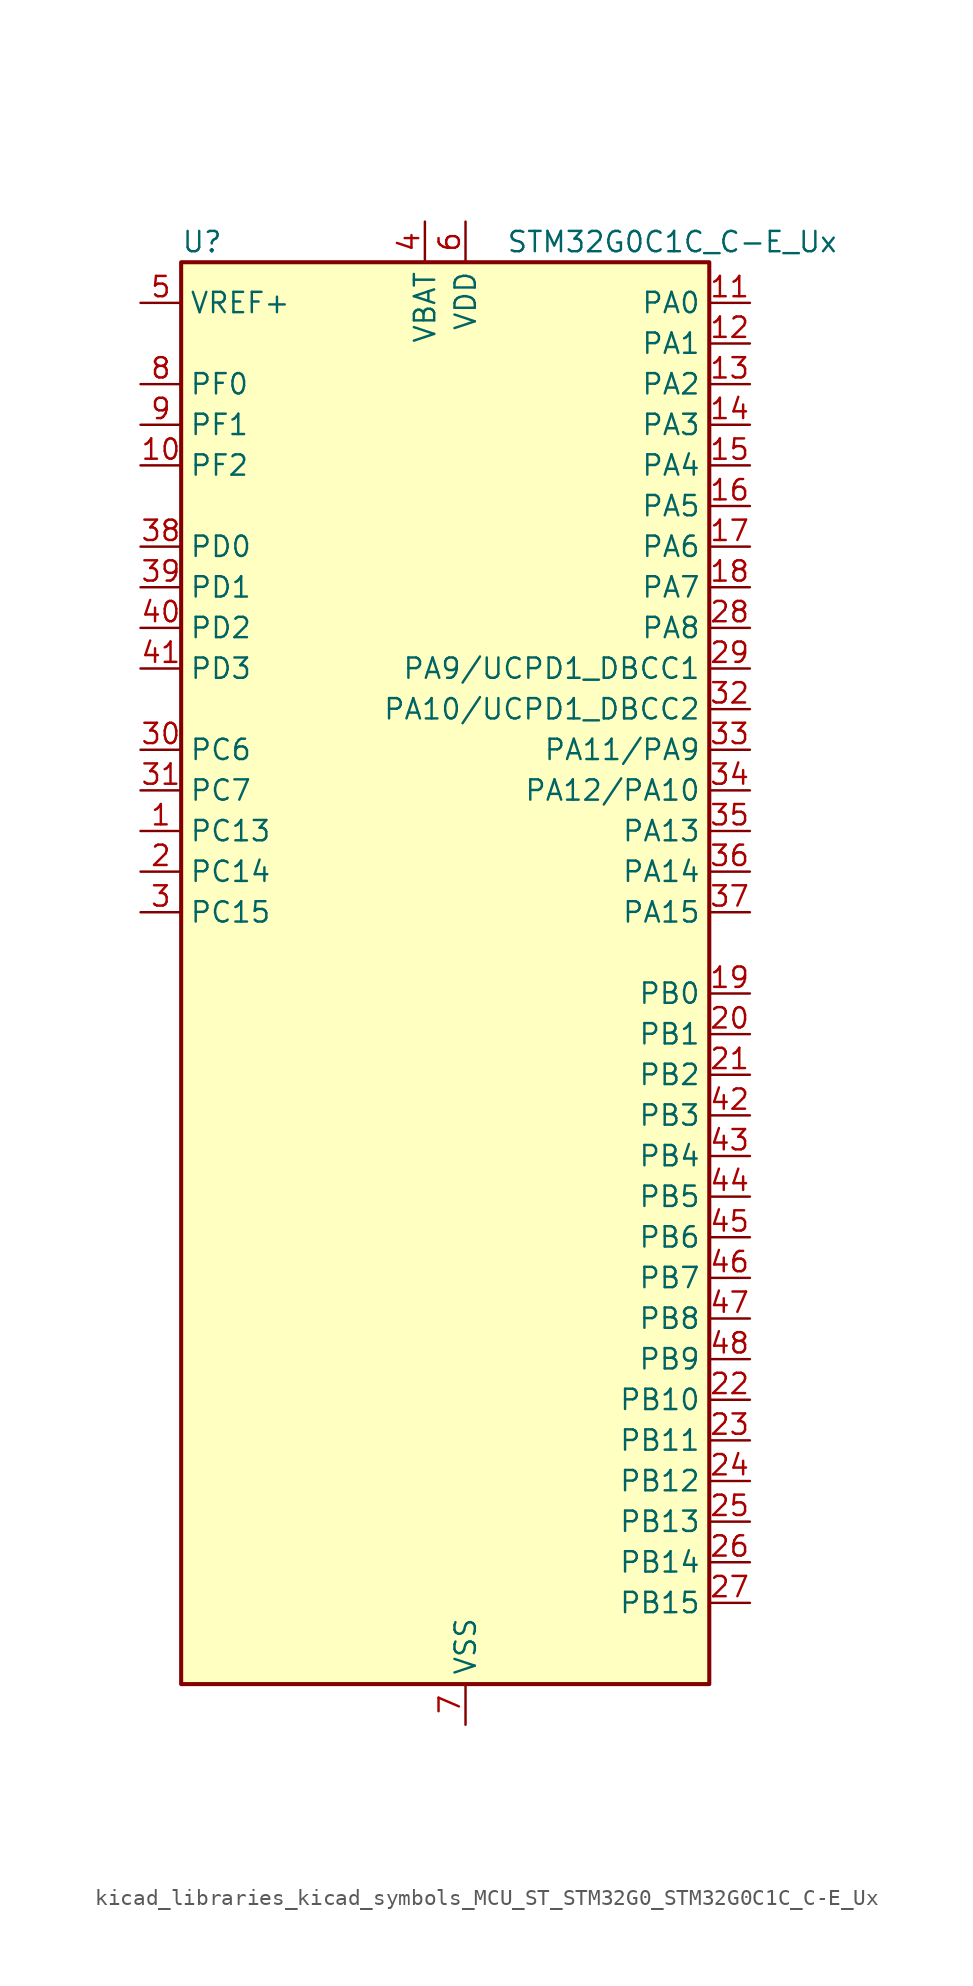
<source format=kicad_sym>
(kicad_symbol_lib
  (version 20220914)
  (generator kicad_symbol_editor)
  (symbol "kicad_libraries_kicad_symbols_MCU_ST_STM32G0_STM32G0C1C_C-E_Ux"
    (property "Reference" "U"
      (at -15.24 46.99 0)
      (effects (font (size 1.27 1.27)) (justify left)))
    (property "Value" "STM32G0C1C_C-E_Ux"
      (at 5.08 46.99 0)
      (effects (font (size 1.27 1.27)) (justify left)))
    (property "ki_locked" ""
      (at 0 0 0)
      (effects (font (size 1.27 1.27))))
    (symbol "kicad_libraries_kicad_symbols_MCU_ST_STM32G0_STM32G0C1C_C-E_Ux_0_1"
      (rectangle (start -15.24 -43.18) (end 17.78 45.72) (stroke (width 0.254) (type default)) (fill (type background))))
    (symbol "kicad_libraries_kicad_symbols_MCU_ST_STM32G0_STM32G0C1C_C-E_Ux_1_1"
      (pin bidirectional line (at -17.78 10.16 0) (length 2.54) (name "PC13" (effects (font (size 1.27 1.27)))) (number "1" (effects (font (size 1.27 1.27)))) (alternate "RTC_OUT1" bidirectional line) (alternate "RTC_TAMP_IN1" bidirectional line) (alternate "RTC_TS" bidirectional line) (alternate "SYS_WKUP2" bidirectional line) (alternate "TIM1_BK" bidirectional line))
      (pin bidirectional line (at -17.78 33.02 0) (length 2.54) (name "PF2" (effects (font (size 1.27 1.27)))) (number "10" (effects (font (size 1.27 1.27)))) (alternate "LPUART2_DE" bidirectional line) (alternate "LPUART2_RTS" bidirectional line) (alternate "LPUART2_TX" bidirectional line) (alternate "RCC_MCO" bidirectional line))
      (pin bidirectional line (at 20.32 43.18 180) (length 2.54) (name "PA0" (effects (font (size 1.27 1.27)))) (number "11" (effects (font (size 1.27 1.27)))) (alternate "ADC1_IN0" bidirectional line) (alternate "COMP1_INM" bidirectional line) (alternate "COMP1_OUT" bidirectional line) (alternate "I2S2_CK" bidirectional line) (alternate "LPTIM1_OUT" bidirectional line) (alternate "RTC_TAMP_IN2" bidirectional line) (alternate "SPI2_SCK" bidirectional line) (alternate "SYS_WKUP1" bidirectional line) (alternate "TIM2_CH1" bidirectional line) (alternate "TIM2_ETR" bidirectional line) (alternate "UCPD2_FRSTX1" bidirectional line) (alternate "UCPD2_FRSTX2" bidirectional line) (alternate "USART2_CTS" bidirectional line) (alternate "USART2_NSS" bidirectional line) (alternate "USART4_TX" bidirectional line))
      (pin bidirectional line (at 20.32 40.64 180) (length 2.54) (name "PA1" (effects (font (size 1.27 1.27)))) (number "12" (effects (font (size 1.27 1.27)))) (alternate "ADC1_IN1" bidirectional line) (alternate "COMP1_INP" bidirectional line) (alternate "I2C1_SMBA" bidirectional line) (alternate "I2S1_CK" bidirectional line) (alternate "SPI1_SCK" bidirectional line) (alternate "TIM15_CH1N" bidirectional line) (alternate "TIM2_CH2" bidirectional line) (alternate "USART2_CK" bidirectional line) (alternate "USART2_DE" bidirectional line) (alternate "USART2_RTS" bidirectional line) (alternate "USART4_RX" bidirectional line))
      (pin bidirectional line (at 20.32 38.1 180) (length 2.54) (name "PA2" (effects (font (size 1.27 1.27)))) (number "13" (effects (font (size 1.27 1.27)))) (alternate "ADC1_IN2" bidirectional line) (alternate "COMP2_INM" bidirectional line) (alternate "COMP2_OUT" bidirectional line) (alternate "I2S1_SD" bidirectional line) (alternate "LPUART1_TX" bidirectional line) (alternate "RCC_LSCO" bidirectional line) (alternate "SPI1_MOSI" bidirectional line) (alternate "SYS_WKUP4" bidirectional line) (alternate "TIM15_CH1" bidirectional line) (alternate "TIM2_CH3" bidirectional line) (alternate "UCPD1_FRSTX1" bidirectional line) (alternate "UCPD1_FRSTX2" bidirectional line) (alternate "USART2_TX" bidirectional line))
      (pin bidirectional line (at 20.32 35.56 180) (length 2.54) (name "PA3" (effects (font (size 1.27 1.27)))) (number "14" (effects (font (size 1.27 1.27)))) (alternate "ADC1_IN3" bidirectional line) (alternate "COMP2_INP" bidirectional line) (alternate "I2S2_MCK" bidirectional line) (alternate "LPUART1_RX" bidirectional line) (alternate "SPI2_MISO" bidirectional line) (alternate "TIM15_CH2" bidirectional line) (alternate "TIM2_CH4" bidirectional line) (alternate "UCPD2_FRSTX1" bidirectional line) (alternate "UCPD2_FRSTX2" bidirectional line) (alternate "USART2_RX" bidirectional line))
      (pin bidirectional line (at 20.32 33.02 180) (length 2.54) (name "PA4" (effects (font (size 1.27 1.27)))) (number "15" (effects (font (size 1.27 1.27)))) (alternate "ADC1_IN4" bidirectional line) (alternate "DAC1_OUT1" bidirectional line) (alternate "I2S1_WS" bidirectional line) (alternate "I2S2_SD" bidirectional line) (alternate "LPTIM2_OUT" bidirectional line) (alternate "RTC_OUT2" bidirectional line) (alternate "SPI1_NSS" bidirectional line) (alternate "SPI2_MOSI" bidirectional line) (alternate "SPI3_NSS" bidirectional line) (alternate "TIM14_CH1" bidirectional line) (alternate "UCPD2_FRSTX1" bidirectional line) (alternate "UCPD2_FRSTX2" bidirectional line) (alternate "USART6_TX" bidirectional line) (alternate "USB_NOE" bidirectional line))
      (pin bidirectional line (at 20.32 30.48 180) (length 2.54) (name "PA5" (effects (font (size 1.27 1.27)))) (number "16" (effects (font (size 1.27 1.27)))) (alternate "ADC1_IN5" bidirectional line) (alternate "CEC" bidirectional line) (alternate "DAC1_OUT2" bidirectional line) (alternate "I2S1_CK" bidirectional line) (alternate "LPTIM2_ETR" bidirectional line) (alternate "SPI1_SCK" bidirectional line) (alternate "TIM2_CH1" bidirectional line) (alternate "TIM2_ETR" bidirectional line) (alternate "UCPD1_FRSTX1" bidirectional line) (alternate "UCPD1_FRSTX2" bidirectional line) (alternate "USART3_TX" bidirectional line) (alternate "USART6_RX" bidirectional line))
      (pin bidirectional line (at 20.32 27.94 180) (length 2.54) (name "PA6" (effects (font (size 1.27 1.27)))) (number "17" (effects (font (size 1.27 1.27)))) (alternate "ADC1_IN6" bidirectional line) (alternate "COMP1_OUT" bidirectional line) (alternate "I2C2_SDA" bidirectional line) (alternate "I2C3_SDA" bidirectional line) (alternate "I2S1_MCK" bidirectional line) (alternate "LPUART1_CTS" bidirectional line) (alternate "SPI1_MISO" bidirectional line) (alternate "TIM16_CH1" bidirectional line) (alternate "TIM1_BK" bidirectional line) (alternate "TIM3_CH1" bidirectional line) (alternate "USART3_CTS" bidirectional line) (alternate "USART3_NSS" bidirectional line) (alternate "USART6_CTS" bidirectional line) (alternate "USART6_NSS" bidirectional line))
      (pin bidirectional line (at 20.32 25.4 180) (length 2.54) (name "PA7" (effects (font (size 1.27 1.27)))) (number "18" (effects (font (size 1.27 1.27)))) (alternate "ADC1_IN7" bidirectional line) (alternate "COMP2_OUT" bidirectional line) (alternate "I2C2_SCL" bidirectional line) (alternate "I2C3_SCL" bidirectional line) (alternate "I2S1_SD" bidirectional line) (alternate "SPI1_MOSI" bidirectional line) (alternate "TIM14_CH1" bidirectional line) (alternate "TIM17_CH1" bidirectional line) (alternate "TIM1_CH1N" bidirectional line) (alternate "TIM3_CH2" bidirectional line) (alternate "UCPD1_FRSTX1" bidirectional line) (alternate "UCPD1_FRSTX2" bidirectional line) (alternate "USART6_CK" bidirectional line) (alternate "USART6_DE" bidirectional line) (alternate "USART6_RTS" bidirectional line))
      (pin bidirectional line (at 20.32 0 180) (length 2.54) (name "PB0" (effects (font (size 1.27 1.27)))) (number "19" (effects (font (size 1.27 1.27)))) (alternate "ADC1_IN8" bidirectional line) (alternate "COMP1_OUT" bidirectional line) (alternate "COMP3_INP" bidirectional line) (alternate "FDCAN2_RX" bidirectional line) (alternate "I2S1_WS" bidirectional line) (alternate "LPTIM1_OUT" bidirectional line) (alternate "LPUART2_CTS" bidirectional line) (alternate "SPI1_NSS" bidirectional line) (alternate "TIM1_CH2N" bidirectional line) (alternate "TIM3_CH3" bidirectional line) (alternate "UCPD1_FRSTX1" bidirectional line) (alternate "UCPD1_FRSTX2" bidirectional line) (alternate "USART3_RX" bidirectional line) (alternate "USART5_TX" bidirectional line))
      (pin bidirectional line (at -17.78 7.62 0) (length 2.54) (name "PC14" (effects (font (size 1.27 1.27)))) (number "2" (effects (font (size 1.27 1.27)))) (alternate "RCC_OSC32_IN" bidirectional line) (alternate "TIM1_BK2" bidirectional line))
      (pin bidirectional line (at 20.32 -2.54 180) (length 2.54) (name "PB1" (effects (font (size 1.27 1.27)))) (number "20" (effects (font (size 1.27 1.27)))) (alternate "ADC1_IN9" bidirectional line) (alternate "COMP1_INM" bidirectional line) (alternate "COMP3_OUT" bidirectional line) (alternate "FDCAN2_TX" bidirectional line) (alternate "LPTIM2_IN1" bidirectional line) (alternate "LPUART1_DE" bidirectional line) (alternate "LPUART1_RTS" bidirectional line) (alternate "LPUART2_DE" bidirectional line) (alternate "LPUART2_RTS" bidirectional line) (alternate "TIM14_CH1" bidirectional line) (alternate "TIM1_CH3N" bidirectional line) (alternate "TIM3_CH4" bidirectional line) (alternate "USART3_CK" bidirectional line) (alternate "USART3_DE" bidirectional line) (alternate "USART3_RTS" bidirectional line) (alternate "USART5_RX" bidirectional line))
      (pin bidirectional line (at 20.32 -5.08 180) (length 2.54) (name "PB2" (effects (font (size 1.27 1.27)))) (number "21" (effects (font (size 1.27 1.27)))) (alternate "ADC1_IN10" bidirectional line) (alternate "COMP1_INP" bidirectional line) (alternate "COMP3_INM" bidirectional line) (alternate "I2S2_MCK" bidirectional line) (alternate "LPTIM1_OUT" bidirectional line) (alternate "RCC_MCO_2" bidirectional line) (alternate "SPI2_MISO" bidirectional line) (alternate "USART3_TX" bidirectional line))
      (pin bidirectional line (at 20.32 -25.4 180) (length 2.54) (name "PB10" (effects (font (size 1.27 1.27)))) (number "22" (effects (font (size 1.27 1.27)))) (alternate "ADC1_IN11" bidirectional line) (alternate "CEC" bidirectional line) (alternate "COMP1_OUT" bidirectional line) (alternate "I2C2_SCL" bidirectional line) (alternate "I2S2_CK" bidirectional line) (alternate "LPUART1_RX" bidirectional line) (alternate "SPI2_SCK" bidirectional line) (alternate "TIM2_CH3" bidirectional line) (alternate "USART3_TX" bidirectional line))
      (pin bidirectional line (at 20.32 -27.94 180) (length 2.54) (name "PB11" (effects (font (size 1.27 1.27)))) (number "23" (effects (font (size 1.27 1.27)))) (alternate "ADC1_EXTI11" bidirectional line) (alternate "ADC1_IN15" bidirectional line) (alternate "COMP2_OUT" bidirectional line) (alternate "I2C2_SDA" bidirectional line) (alternate "I2S2_SD" bidirectional line) (alternate "LPUART1_TX" bidirectional line) (alternate "SPI2_MOSI" bidirectional line) (alternate "TIM2_CH4" bidirectional line) (alternate "USART3_RX" bidirectional line))
      (pin bidirectional line (at 20.32 -30.48 180) (length 2.54) (name "PB12" (effects (font (size 1.27 1.27)))) (number "24" (effects (font (size 1.27 1.27)))) (alternate "ADC1_IN16" bidirectional line) (alternate "FDCAN2_RX" bidirectional line) (alternate "I2C2_SMBA" bidirectional line) (alternate "I2S2_WS" bidirectional line) (alternate "LPUART1_DE" bidirectional line) (alternate "LPUART1_RTS" bidirectional line) (alternate "SPI2_NSS" bidirectional line) (alternate "TIM15_BK" bidirectional line) (alternate "TIM1_BK" bidirectional line) (alternate "UCPD2_FRSTX1" bidirectional line) (alternate "UCPD2_FRSTX2" bidirectional line))
      (pin bidirectional line (at 20.32 -33.02 180) (length 2.54) (name "PB13" (effects (font (size 1.27 1.27)))) (number "25" (effects (font (size 1.27 1.27)))) (alternate "FDCAN2_TX" bidirectional line) (alternate "I2C2_SCL" bidirectional line) (alternate "I2S2_CK" bidirectional line) (alternate "LPUART1_CTS" bidirectional line) (alternate "SPI2_SCK" bidirectional line) (alternate "TIM15_CH1N" bidirectional line) (alternate "TIM1_CH1N" bidirectional line) (alternate "USART3_CTS" bidirectional line) (alternate "USART3_NSS" bidirectional line))
      (pin bidirectional line (at 20.32 -35.56 180) (length 2.54) (name "PB14" (effects (font (size 1.27 1.27)))) (number "26" (effects (font (size 1.27 1.27)))) (alternate "I2C2_SDA" bidirectional line) (alternate "I2S2_MCK" bidirectional line) (alternate "SPI2_MISO" bidirectional line) (alternate "TIM15_CH1" bidirectional line) (alternate "TIM1_CH2N" bidirectional line) (alternate "UCPD1_FRSTX1" bidirectional line) (alternate "UCPD1_FRSTX2" bidirectional line) (alternate "USART3_CK" bidirectional line) (alternate "USART3_DE" bidirectional line) (alternate "USART3_RTS" bidirectional line) (alternate "USART6_CK" bidirectional line) (alternate "USART6_DE" bidirectional line) (alternate "USART6_RTS" bidirectional line))
      (pin bidirectional line (at 20.32 -38.1 180) (length 2.54) (name "PB15" (effects (font (size 1.27 1.27)))) (number "27" (effects (font (size 1.27 1.27)))) (alternate "I2S2_SD" bidirectional line) (alternate "RTC_REFIN" bidirectional line) (alternate "SPI2_MOSI" bidirectional line) (alternate "TIM15_CH1N" bidirectional line) (alternate "TIM15_CH2" bidirectional line) (alternate "TIM1_CH3N" bidirectional line) (alternate "UCPD1_CC2" bidirectional line) (alternate "USART6_CTS" bidirectional line) (alternate "USART6_NSS" bidirectional line))
      (pin bidirectional line (at 20.32 22.86 180) (length 2.54) (name "PA8" (effects (font (size 1.27 1.27)))) (number "28" (effects (font (size 1.27 1.27)))) (alternate "CRS1_SYNC" bidirectional line) (alternate "I2C2_SMBA" bidirectional line) (alternate "I2S2_WS" bidirectional line) (alternate "LPTIM2_OUT" bidirectional line) (alternate "RCC_MCO" bidirectional line) (alternate "SPI2_NSS" bidirectional line) (alternate "TIM1_CH1" bidirectional line) (alternate "UCPD1_CC1" bidirectional line))
      (pin bidirectional line (at 20.32 20.32 180) (length 2.54) (name "PA9/UCPD1_DBCC1" (effects (font (size 1.27 1.27)))) (number "29" (effects (font (size 1.27 1.27)))) (alternate "DAC1_EXTI9" bidirectional line) (alternate "I2C1_SCL" bidirectional line) (alternate "I2C2_SCL" bidirectional line) (alternate "I2S2_MCK" bidirectional line) (alternate "RCC_MCO" bidirectional line) (alternate "SPI2_MISO" bidirectional line) (alternate "TIM15_BK" bidirectional line) (alternate "TIM1_CH2" bidirectional line) (alternate "UCPD1_DBCC1" bidirectional line) (alternate "USART1_TX" bidirectional line))
      (pin bidirectional line (at -17.78 5.08 0) (length 2.54) (name "PC15" (effects (font (size 1.27 1.27)))) (number "3" (effects (font (size 1.27 1.27)))) (alternate "RCC_OSC32_EN" bidirectional line) (alternate "RCC_OSC32_OUT" bidirectional line) (alternate "RCC_OSC_EN" bidirectional line) (alternate "TIM15_BK" bidirectional line))
      (pin bidirectional line (at -17.78 15.24 0) (length 2.54) (name "PC6" (effects (font (size 1.27 1.27)))) (number "30" (effects (font (size 1.27 1.27)))) (alternate "LPUART2_TX" bidirectional line) (alternate "TIM2_CH3" bidirectional line) (alternate "TIM3_CH1" bidirectional line) (alternate "UCPD1_FRSTX1" bidirectional line) (alternate "UCPD1_FRSTX2" bidirectional line))
      (pin bidirectional line (at -17.78 12.7 0) (length 2.54) (name "PC7" (effects (font (size 1.27 1.27)))) (number "31" (effects (font (size 1.27 1.27)))) (alternate "LPUART2_RX" bidirectional line) (alternate "TIM2_CH4" bidirectional line) (alternate "TIM3_CH2" bidirectional line) (alternate "UCPD2_FRSTX1" bidirectional line) (alternate "UCPD2_FRSTX2" bidirectional line))
      (pin bidirectional line (at 20.32 17.78 180) (length 2.54) (name "PA10/UCPD1_DBCC2" (effects (font (size 1.27 1.27)))) (number "32" (effects (font (size 1.27 1.27)))) (alternate "I2C1_SDA" bidirectional line) (alternate "I2C2_SDA" bidirectional line) (alternate "I2S2_SD" bidirectional line) (alternate "RCC_MCO_2" bidirectional line) (alternate "SPI2_MOSI" bidirectional line) (alternate "TIM17_BK" bidirectional line) (alternate "TIM1_CH3" bidirectional line) (alternate "UCPD1_DBCC2" bidirectional line) (alternate "USART1_RX" bidirectional line))
      (pin bidirectional line (at 20.32 15.24 180) (length 2.54) (name "PA11/PA9" (effects (font (size 1.27 1.27)))) (number "33" (effects (font (size 1.27 1.27)))) (alternate "ADC1_EXTI11" bidirectional line) (alternate "COMP1_OUT" bidirectional line) (alternate "FDCAN1_RX" bidirectional line) (alternate "I2C2_SCL" bidirectional line) (alternate "I2S1_MCK" bidirectional line) (alternate "SPI1_MISO" bidirectional line) (alternate "TIM1_BK2" bidirectional line) (alternate "TIM1_CH4" bidirectional line) (alternate "USART1_CTS" bidirectional line) (alternate "USART1_NSS" bidirectional line) (alternate "USB_DM" bidirectional line))
      (pin bidirectional line (at 20.32 12.7 180) (length 2.54) (name "PA12/PA10" (effects (font (size 1.27 1.27)))) (number "34" (effects (font (size 1.27 1.27)))) (alternate "COMP2_OUT" bidirectional line) (alternate "FDCAN1_TX" bidirectional line) (alternate "I2C2_SDA" bidirectional line) (alternate "I2S1_SD" bidirectional line) (alternate "I2S_CKIN" bidirectional line) (alternate "SPI1_MOSI" bidirectional line) (alternate "TIM1_ETR" bidirectional line) (alternate "USART1_CK" bidirectional line) (alternate "USART1_DE" bidirectional line) (alternate "USART1_RTS" bidirectional line) (alternate "USB_DP" bidirectional line))
      (pin bidirectional line (at 20.32 10.16 180) (length 2.54) (name "PA13" (effects (font (size 1.27 1.27)))) (number "35" (effects (font (size 1.27 1.27)))) (alternate "IR_OUT" bidirectional line) (alternate "LPUART2_RX" bidirectional line) (alternate "SYS_SWDIO" bidirectional line) (alternate "USB_NOE" bidirectional line))
      (pin bidirectional line (at 20.32 7.62 180) (length 2.54) (name "PA14" (effects (font (size 1.27 1.27)))) (number "36" (effects (font (size 1.27 1.27)))) (alternate "LPUART2_TX" bidirectional line) (alternate "SYS_SWCLK" bidirectional line) (alternate "USART2_TX" bidirectional line))
      (pin bidirectional line (at 20.32 5.08 180) (length 2.54) (name "PA15" (effects (font (size 1.27 1.27)))) (number "37" (effects (font (size 1.27 1.27)))) (alternate "I2C2_SMBA" bidirectional line) (alternate "I2S1_WS" bidirectional line) (alternate "RCC_MCO_2" bidirectional line) (alternate "SPI1_NSS" bidirectional line) (alternate "SPI3_NSS" bidirectional line) (alternate "TIM2_CH1" bidirectional line) (alternate "TIM2_ETR" bidirectional line) (alternate "USART2_RX" bidirectional line) (alternate "USART3_CK" bidirectional line) (alternate "USART3_DE" bidirectional line) (alternate "USART3_RTS" bidirectional line) (alternate "USART4_CK" bidirectional line) (alternate "USART4_DE" bidirectional line) (alternate "USART4_RTS" bidirectional line) (alternate "USB_NOE" bidirectional line))
      (pin bidirectional line (at -17.78 27.94 0) (length 2.54) (name "PD0" (effects (font (size 1.27 1.27)))) (number "38" (effects (font (size 1.27 1.27)))) (alternate "FDCAN1_RX" bidirectional line) (alternate "I2S2_WS" bidirectional line) (alternate "SPI2_NSS" bidirectional line) (alternate "TIM16_CH1" bidirectional line) (alternate "UCPD2_CC1" bidirectional line))
      (pin bidirectional line (at -17.78 25.4 0) (length 2.54) (name "PD1" (effects (font (size 1.27 1.27)))) (number "39" (effects (font (size 1.27 1.27)))) (alternate "FDCAN1_TX" bidirectional line) (alternate "I2S2_CK" bidirectional line) (alternate "SPI2_SCK" bidirectional line) (alternate "TIM17_CH1" bidirectional line) (alternate "UCPD2_DBCC1" bidirectional line))
      (pin power_in line (at 0 48.26 270) (length 2.54) (name "VBAT" (effects (font (size 1.27 1.27)))) (number "4" (effects (font (size 1.27 1.27)))))
      (pin bidirectional line (at -17.78 22.86 0) (length 2.54) (name "PD2" (effects (font (size 1.27 1.27)))) (number "40" (effects (font (size 1.27 1.27)))) (alternate "TIM1_CH1N" bidirectional line) (alternate "TIM3_ETR" bidirectional line) (alternate "UCPD2_CC2" bidirectional line) (alternate "USART3_CK" bidirectional line) (alternate "USART3_DE" bidirectional line) (alternate "USART3_RTS" bidirectional line) (alternate "USART5_RX" bidirectional line))
      (pin bidirectional line (at -17.78 20.32 0) (length 2.54) (name "PD3" (effects (font (size 1.27 1.27)))) (number "41" (effects (font (size 1.27 1.27)))) (alternate "I2S2_MCK" bidirectional line) (alternate "SPI2_MISO" bidirectional line) (alternate "TIM1_CH2N" bidirectional line) (alternate "UCPD2_DBCC2" bidirectional line) (alternate "USART2_CTS" bidirectional line) (alternate "USART2_NSS" bidirectional line) (alternate "USART5_TX" bidirectional line))
      (pin bidirectional line (at 20.32 -7.62 180) (length 2.54) (name "PB3" (effects (font (size 1.27 1.27)))) (number "42" (effects (font (size 1.27 1.27)))) (alternate "COMP2_INM" bidirectional line) (alternate "I2C2_SCL" bidirectional line) (alternate "I2C3_SCL" bidirectional line) (alternate "I2S1_CK" bidirectional line) (alternate "SPI1_SCK" bidirectional line) (alternate "SPI3_SCK" bidirectional line) (alternate "TIM1_CH2" bidirectional line) (alternate "TIM2_CH2" bidirectional line) (alternate "USART1_CK" bidirectional line) (alternate "USART1_DE" bidirectional line) (alternate "USART1_RTS" bidirectional line) (alternate "USART5_TX" bidirectional line))
      (pin bidirectional line (at 20.32 -10.16 180) (length 2.54) (name "PB4" (effects (font (size 1.27 1.27)))) (number "43" (effects (font (size 1.27 1.27)))) (alternate "COMP2_INP" bidirectional line) (alternate "I2C2_SDA" bidirectional line) (alternate "I2C3_SDA" bidirectional line) (alternate "I2S1_MCK" bidirectional line) (alternate "SPI1_MISO" bidirectional line) (alternate "SPI3_MISO" bidirectional line) (alternate "TIM17_BK" bidirectional line) (alternate "TIM3_CH1" bidirectional line) (alternate "USART1_CTS" bidirectional line) (alternate "USART1_NSS" bidirectional line) (alternate "USART5_RX" bidirectional line))
      (pin bidirectional line (at 20.32 -12.7 180) (length 2.54) (name "PB5" (effects (font (size 1.27 1.27)))) (number "44" (effects (font (size 1.27 1.27)))) (alternate "COMP2_OUT" bidirectional line) (alternate "FDCAN2_RX" bidirectional line) (alternate "I2C1_SMBA" bidirectional line) (alternate "I2S1_SD" bidirectional line) (alternate "LPTIM1_IN1" bidirectional line) (alternate "SPI1_MOSI" bidirectional line) (alternate "SPI3_MOSI" bidirectional line) (alternate "SYS_WKUP6" bidirectional line) (alternate "TIM16_BK" bidirectional line) (alternate "TIM3_CH2" bidirectional line) (alternate "USART5_CK" bidirectional line) (alternate "USART5_DE" bidirectional line) (alternate "USART5_RTS" bidirectional line))
      (pin bidirectional line (at 20.32 -15.24 180) (length 2.54) (name "PB6" (effects (font (size 1.27 1.27)))) (number "45" (effects (font (size 1.27 1.27)))) (alternate "COMP2_INP" bidirectional line) (alternate "FDCAN2_TX" bidirectional line) (alternate "I2C1_SCL" bidirectional line) (alternate "I2S2_MCK" bidirectional line) (alternate "LPTIM1_ETR" bidirectional line) (alternate "LPUART2_TX" bidirectional line) (alternate "SPI2_MISO" bidirectional line) (alternate "TIM16_CH1N" bidirectional line) (alternate "TIM1_CH3" bidirectional line) (alternate "TIM4_CH1" bidirectional line) (alternate "USART1_TX" bidirectional line) (alternate "USART5_CTS" bidirectional line) (alternate "USART5_NSS" bidirectional line))
      (pin bidirectional line (at 20.32 -17.78 180) (length 2.54) (name "PB7" (effects (font (size 1.27 1.27)))) (number "46" (effects (font (size 1.27 1.27)))) (alternate "COMP2_INM" bidirectional line) (alternate "I2C1_SDA" bidirectional line) (alternate "I2S2_SD" bidirectional line) (alternate "LPTIM1_IN2" bidirectional line) (alternate "LPUART2_RX" bidirectional line) (alternate "SPI2_MOSI" bidirectional line) (alternate "SYS_PVD_IN" bidirectional line) (alternate "TIM17_CH1N" bidirectional line) (alternate "TIM4_CH2" bidirectional line) (alternate "USART1_RX" bidirectional line) (alternate "USART4_CTS" bidirectional line) (alternate "USART4_NSS" bidirectional line))
      (pin bidirectional line (at 20.32 -20.32 180) (length 2.54) (name "PB8" (effects (font (size 1.27 1.27)))) (number "47" (effects (font (size 1.27 1.27)))) (alternate "CEC" bidirectional line) (alternate "FDCAN1_RX" bidirectional line) (alternate "I2C1_SCL" bidirectional line) (alternate "I2S2_CK" bidirectional line) (alternate "SPI2_SCK" bidirectional line) (alternate "TIM15_BK" bidirectional line) (alternate "TIM16_CH1" bidirectional line) (alternate "TIM4_CH3" bidirectional line) (alternate "USART3_TX" bidirectional line) (alternate "USART6_TX" bidirectional line))
      (pin bidirectional line (at 20.32 -22.86 180) (length 2.54) (name "PB9" (effects (font (size 1.27 1.27)))) (number "48" (effects (font (size 1.27 1.27)))) (alternate "DAC1_EXTI9" bidirectional line) (alternate "FDCAN1_TX" bidirectional line) (alternate "I2C1_SDA" bidirectional line) (alternate "I2S2_WS" bidirectional line) (alternate "IR_OUT" bidirectional line) (alternate "SPI2_NSS" bidirectional line) (alternate "TIM17_CH1" bidirectional line) (alternate "TIM4_CH4" bidirectional line) (alternate "UCPD2_FRSTX1" bidirectional line) (alternate "UCPD2_FRSTX2" bidirectional line) (alternate "USART3_RX" bidirectional line) (alternate "USART6_RX" bidirectional line))
      (pin passive line (at 2.54 -45.72 90) (length 2.54) hide (name "VSS" (effects (font (size 1.27 1.27)))) (number "49" (effects (font (size 1.27 1.27)))))
      (pin input line (at -17.78 43.18 0) (length 2.54) (name "VREF+" (effects (font (size 1.27 1.27)))) (number "5" (effects (font (size 1.27 1.27)))) (alternate "VREFBUF_OUT" bidirectional line))
      (pin power_in line (at 2.54 48.26 270) (length 2.54) (name "VDD" (effects (font (size 1.27 1.27)))) (number "6" (effects (font (size 1.27 1.27)))))
      (pin power_in line (at 2.54 -45.72 90) (length 2.54) (name "VSS" (effects (font (size 1.27 1.27)))) (number "7" (effects (font (size 1.27 1.27)))))
      (pin bidirectional line (at -17.78 38.1 0) (length 2.54) (name "PF0" (effects (font (size 1.27 1.27)))) (number "8" (effects (font (size 1.27 1.27)))) (alternate "CRS1_SYNC" bidirectional line) (alternate "RCC_OSC_IN" bidirectional line) (alternate "TIM14_CH1" bidirectional line))
      (pin bidirectional line (at -17.78 35.56 0) (length 2.54) (name "PF1" (effects (font (size 1.27 1.27)))) (number "9" (effects (font (size 1.27 1.27)))) (alternate "RCC_OSC_EN" bidirectional line) (alternate "RCC_OSC_OUT" bidirectional line) (alternate "TIM15_CH1N" bidirectional line)))))
</source>
